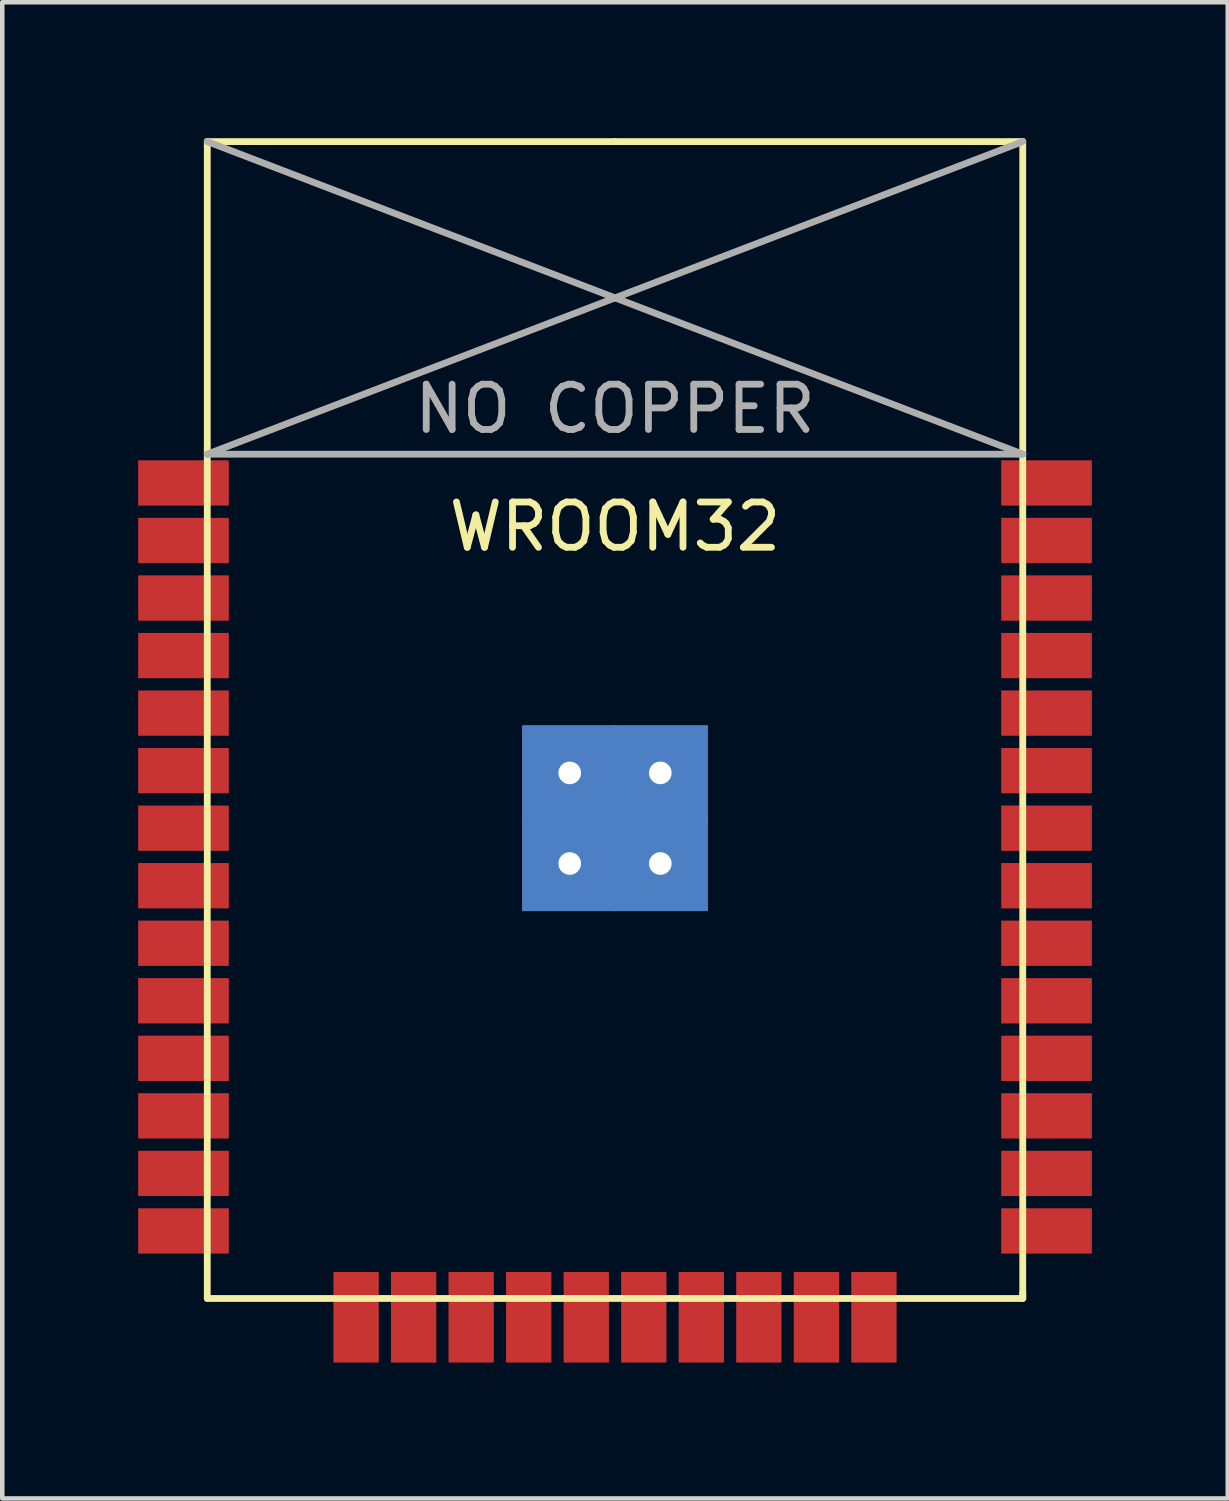
<source format=kicad_pcb>
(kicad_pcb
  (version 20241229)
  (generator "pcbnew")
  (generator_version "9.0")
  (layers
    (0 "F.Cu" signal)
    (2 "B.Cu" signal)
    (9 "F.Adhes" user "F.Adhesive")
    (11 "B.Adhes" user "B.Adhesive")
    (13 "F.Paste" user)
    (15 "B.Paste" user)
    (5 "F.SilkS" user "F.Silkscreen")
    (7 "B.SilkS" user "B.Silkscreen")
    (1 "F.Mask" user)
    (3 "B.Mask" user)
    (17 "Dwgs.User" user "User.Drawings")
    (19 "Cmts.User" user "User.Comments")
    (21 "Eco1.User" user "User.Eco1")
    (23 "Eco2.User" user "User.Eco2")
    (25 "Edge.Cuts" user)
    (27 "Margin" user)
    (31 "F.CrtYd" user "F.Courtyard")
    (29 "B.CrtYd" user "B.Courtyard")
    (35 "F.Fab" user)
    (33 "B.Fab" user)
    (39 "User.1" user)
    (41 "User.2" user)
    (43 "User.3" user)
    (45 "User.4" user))
  (footprint "WROOM32"
    (layer "F.Cu")
    (at 10.525 7.61)
    (property "Reference" "WROOM32" (at 0 0.965 0) (layer "F.SilkS") (effects (font (size 1 1) (thickness 0.15))))
    (attr through_hole)
    (fp_line (start -9 -7.535) (end 0 -7.535) (stroke (width 0.15) (type solid)) (layer "F.SilkS"))
    (fp_line (start -9 18) (end -9 -7.535) (stroke (width 0.15) (type solid)) (layer "F.SilkS"))
    (fp_line (start 0 -7.535) (end 9 -7.535) (stroke (width 0.15) (type solid)) (layer "F.SilkS"))
    (fp_line (start 9 -7.535) (end 9 -0.635) (stroke (width 0.15) (type solid)) (layer "F.SilkS"))
    (fp_line (start 9 -0.635) (end 9 18) (stroke (width 0.15) (type solid)) (layer "F.SilkS"))
    (fp_line (start 9 17.865) (end 9 17.965) (stroke (width 0.15) (type solid)) (layer "F.SilkS"))
    (fp_line (start 9 18) (end -9 18) (stroke (width 0.15) (type solid)) (layer "F.SilkS"))
    (fp_line (start -9 -7.535) (end 9 -0.635) (stroke (width 0.15) (type solid)) (layer "F.Fab"))
    (fp_line (start -9 -0.635) (end 9 -0.635) (stroke (width 0.15) (type solid)) (layer "F.Fab"))
    (fp_line (start 9 -7.535) (end -9 -0.635) (stroke (width 0.15) (type solid)) (layer "F.Fab"))
    (fp_text user "NO COPPER" (at 0 -1.635 0) (layer "F.Fab") (effects (font (size 1 1) (thickness 0.15))))
    (pad "1" smd rect (at -9.525 0) (size 2 1) (layers "F.Cu" "F.Mask" "F.Paste"))
    (pad "2" smd rect (at -9.525 1.27) (size 2 1) (layers "F.Cu" "F.Mask" "F.Paste"))
    (pad "3" smd rect (at -9.525 2.54) (size 2 1) (layers "F.Cu" "F.Mask" "F.Paste"))
    (pad "4" smd rect (at -9.525 3.81) (size 2 1) (layers "F.Cu" "F.Mask" "F.Paste"))
    (pad "5" smd rect (at -9.525 5.08) (size 2 1) (layers "F.Cu" "F.Mask" "F.Paste"))
    (pad "6" smd rect (at -9.525 6.35) (size 2 1) (layers "F.Cu" "F.Mask" "F.Paste"))
    (pad "7" smd rect (at -9.525 7.62) (size 2 1) (layers "F.Cu" "F.Mask" "F.Paste"))
    (pad "8" smd rect (at -9.525 8.89) (size 2 1) (layers "F.Cu" "F.Mask" "F.Paste"))
    (pad "9" smd rect (at -9.525 10.16) (size 2 1) (layers "F.Cu" "F.Mask" "F.Paste"))
    (pad "10" smd rect (at -9.525 11.43) (size 2 1) (layers "F.Cu" "F.Mask" "F.Paste"))
    (pad "11" smd rect (at -9.525 12.7) (size 2 1) (layers "F.Cu" "F.Mask" "F.Paste"))
    (pad "12" smd rect (at -9.525 13.97) (size 2 1) (layers "F.Cu" "F.Mask" "F.Paste"))
    (pad "13" smd rect (at -9.525 15.24) (size 2 1) (layers "F.Cu" "F.Mask" "F.Paste"))
    (pad "14" smd rect (at -9.525 16.51) (size 2 1) (layers "F.Cu" "F.Mask" "F.Paste"))
    (pad "15" smd rect (at -5.715 18.415) (size 1 2) (layers "F.Cu" "F.Mask" "F.Paste"))
    (pad "16" smd rect (at -4.445 18.415) (size 1 2) (layers "F.Cu" "F.Mask" "F.Paste"))
    (pad "17" smd rect (at -3.175 18.415) (size 1 2) (layers "F.Cu" "F.Mask" "F.Paste"))
    (pad "18" smd rect (at -1.905 18.415) (size 1 2) (layers "F.Cu" "F.Mask" "F.Paste"))
    (pad "19" smd rect (at -0.635 18.415) (size 1 2) (layers "F.Cu" "F.Mask" "F.Paste"))
    (pad "20" smd rect (at 0.635 18.415) (size 1 2) (layers "F.Cu" "F.Mask" "F.Paste"))
    (pad "21" smd rect (at 1.905 18.415) (size 1 2) (layers "F.Cu" "F.Mask" "F.Paste"))
    (pad "22" smd rect (at 3.175 18.415) (size 1 2) (layers "F.Cu" "F.Mask" "F.Paste"))
    (pad "23" smd rect (at 4.445 18.415) (size 1 2) (layers "F.Cu" "F.Mask" "F.Paste"))
    (pad "24" smd rect (at 5.715 18.415) (size 1 2) (layers "F.Cu" "F.Mask" "F.Paste"))
    (pad "25" smd rect (at 9.525 16.51) (size 2 1) (layers "F.Cu" "F.Mask" "F.Paste"))
    (pad "26" smd rect (at 9.525 15.24) (size 2 1) (layers "F.Cu" "F.Mask" "F.Paste"))
    (pad "27" smd rect (at 9.525 13.97) (size 2 1) (layers "F.Cu" "F.Mask" "F.Paste"))
    (pad "28" smd rect (at 9.525 12.7) (size 2 1) (layers "F.Cu" "F.Mask" "F.Paste"))
    (pad "29" smd rect (at 9.525 11.43) (size 2 1) (layers "F.Cu" "F.Mask" "F.Paste"))
    (pad "30" smd rect (at 9.525 10.16) (size 2 1) (layers "F.Cu" "F.Mask" "F.Paste"))
    (pad "31" smd rect (at 9.525 8.89) (size 2 1) (layers "F.Cu" "F.Mask" "F.Paste"))
    (pad "32" smd rect (at 9.525 7.62) (size 2 1) (layers "F.Cu" "F.Mask" "F.Paste"))
    (pad "33" smd rect (at 9.525 6.35) (size 2 1) (layers "F.Cu" "F.Mask" "F.Paste"))
    (pad "34" smd rect (at 9.525 5.08) (size 2 1) (layers "F.Cu" "F.Mask" "F.Paste"))
    (pad "35" smd rect (at 9.525 3.81) (size 2 1) (layers "F.Cu" "F.Mask" "F.Paste"))
    (pad "36" smd rect (at 9.525 2.54) (size 2 1) (layers "F.Cu" "F.Mask" "F.Paste"))
    (pad "37" smd rect (at 9.525 1.27) (size 2 1) (layers "F.Cu" "F.Mask" "F.Paste"))
    (pad "38" smd rect (at 9.525 0) (size 2 1) (layers "F.Cu" "F.Mask" "F.Paste"))
    (pad "39" thru_hole rect (at -1 6.4) (size 2.1 2.1) (drill 0.5) (layers "*.Cu" "*.Mask" "F.Paste"))
    (pad "39" thru_hole rect (at -1 8.4) (size 2.1 2.1) (drill 0.5) (layers "*.Cu" "*.Mask" "F.Paste"))
    (pad "39" thru_hole rect (at 1 6.4) (size 2.1 2.1) (drill 0.5) (layers "*.Cu" "*.Mask" "F.Paste"))
    (pad "39" thru_hole rect (at 1 8.4) (size 2.1 2.1) (drill 0.5) (layers "*.Cu" "*.Mask" "F.Paste")))
  (gr_rect
    (start -3 -3)
    (end 24.05 30.025)
    (stroke (width 0.1) (type default))
    (fill no)
    (layer "Edge.Cuts")))
</source>
